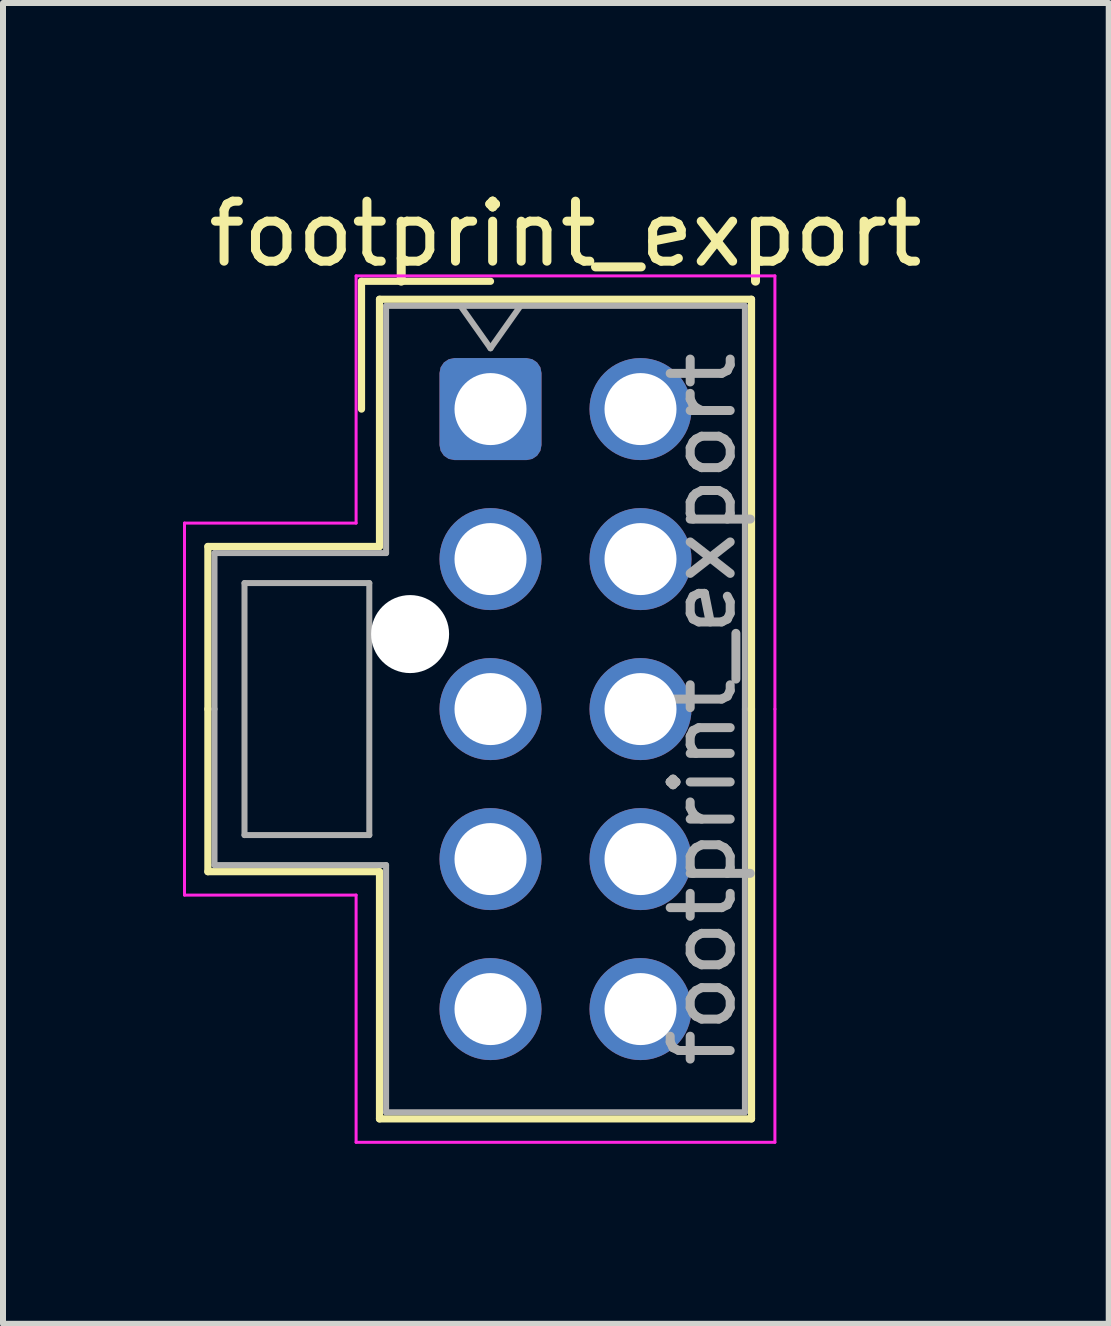
<source format=kicad_pcb>
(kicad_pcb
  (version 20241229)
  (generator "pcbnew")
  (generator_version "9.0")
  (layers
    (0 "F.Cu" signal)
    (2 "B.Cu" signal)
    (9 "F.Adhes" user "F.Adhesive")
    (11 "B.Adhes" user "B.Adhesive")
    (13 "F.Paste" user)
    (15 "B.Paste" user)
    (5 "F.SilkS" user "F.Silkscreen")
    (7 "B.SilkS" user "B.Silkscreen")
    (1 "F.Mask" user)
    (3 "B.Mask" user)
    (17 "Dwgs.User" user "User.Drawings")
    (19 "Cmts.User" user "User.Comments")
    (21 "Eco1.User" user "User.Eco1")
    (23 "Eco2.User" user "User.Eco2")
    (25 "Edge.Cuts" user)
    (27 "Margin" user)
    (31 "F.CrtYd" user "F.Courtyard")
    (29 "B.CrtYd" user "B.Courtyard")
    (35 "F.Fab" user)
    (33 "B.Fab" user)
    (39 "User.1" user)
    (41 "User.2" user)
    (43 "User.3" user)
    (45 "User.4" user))
  (footprint "footprint_export"
    (layer "F.Cu")
    (at 5.125 3.768)
    (property "Reference" "footprint_export" (at 1.25 -2.92 0) (layer "F.SilkS") (effects (font (size 1 1) (thickness 0.15))))
    (attr through_hole)
    (fp_line (start -4.71 2.29) (end -4.71 5) (stroke (width 0.12) (type solid)) (layer "F.SilkS"))
    (fp_line (start -4.71 7.71) (end -4.71 5) (stroke (width 0.12) (type solid)) (layer "F.SilkS"))
    (fp_line (start -2.15 -2.13) (end -2.15 0) (stroke (width 0.12) (type solid)) (layer "F.SilkS"))
    (fp_line (start -1.85 -1.83) (end -1.85 2.29) (stroke (width 0.12) (type solid)) (layer "F.SilkS"))
    (fp_line (start -1.85 2.29) (end -4.71 2.29) (stroke (width 0.12) (type solid)) (layer "F.SilkS"))
    (fp_line (start -1.85 7.71) (end -4.71 7.71) (stroke (width 0.12) (type solid)) (layer "F.SilkS"))
    (fp_line (start -1.85 11.83) (end -1.85 7.71) (stroke (width 0.12) (type solid)) (layer "F.SilkS"))
    (fp_line (start 0 -2.13) (end -2.15 -2.13) (stroke (width 0.12) (type solid)) (layer "F.SilkS"))
    (fp_line (start 4.35 -1.83) (end -1.85 -1.83) (stroke (width 0.12) (type solid)) (layer "F.SilkS"))
    (fp_line (start 4.35 5) (end 4.35 -1.83) (stroke (width 0.12) (type solid)) (layer "F.SilkS"))
    (fp_line (start 4.35 5) (end 4.35 11.83) (stroke (width 0.12) (type solid)) (layer "F.SilkS"))
    (fp_line (start 4.35 11.83) (end -1.85 11.83) (stroke (width 0.12) (type solid)) (layer "F.SilkS"))
    (fp_line (start -5.1 1.9) (end -5.1 5) (stroke (width 0.05) (type solid)) (layer "F.CrtYd"))
    (fp_line (start -5.1 8.1) (end -5.1 5) (stroke (width 0.05) (type solid)) (layer "F.CrtYd"))
    (fp_line (start -2.24 -2.22) (end -2.24 1.9) (stroke (width 0.05) (type solid)) (layer "F.CrtYd"))
    (fp_line (start -2.24 1.9) (end -5.1 1.9) (stroke (width 0.05) (type solid)) (layer "F.CrtYd"))
    (fp_line (start -2.24 8.1) (end -5.1 8.1) (stroke (width 0.05) (type solid)) (layer "F.CrtYd"))
    (fp_line (start -2.24 12.22) (end -2.24 8.1) (stroke (width 0.05) (type solid)) (layer "F.CrtYd"))
    (fp_line (start 4.74 -2.22) (end -2.24 -2.22) (stroke (width 0.05) (type solid)) (layer "F.CrtYd"))
    (fp_line (start 4.74 5) (end 4.74 -2.22) (stroke (width 0.05) (type solid)) (layer "F.CrtYd"))
    (fp_line (start 4.74 5) (end 4.74 12.22) (stroke (width 0.05) (type solid)) (layer "F.CrtYd"))
    (fp_line (start 4.74 12.22) (end -2.24 12.22) (stroke (width 0.05) (type solid)) (layer "F.CrtYd"))
    (fp_line (start -4.6 2.4) (end -4.6 5) (stroke (width 0.1) (type solid)) (layer "F.Fab"))
    (fp_line (start -4.6 7.6) (end -4.6 5) (stroke (width 0.1) (type solid)) (layer "F.Fab"))
    (fp_line (start -4.1 2.9) (end -4.1 7.1) (stroke (width 0.1) (type solid)) (layer "F.Fab"))
    (fp_line (start -4.1 7.1) (end -2.02 7.1) (stroke (width 0.1) (type solid)) (layer "F.Fab"))
    (fp_line (start -2.02 2.9) (end -4.1 2.9) (stroke (width 0.1) (type solid)) (layer "F.Fab"))
    (fp_line (start -2.02 7.1) (end -2.02 2.9) (stroke (width 0.1) (type solid)) (layer "F.Fab"))
    (fp_line (start -1.74 -1.72) (end -1.74 2.4) (stroke (width 0.1) (type solid)) (layer "F.Fab"))
    (fp_line (start -1.74 2.4) (end -4.6 2.4) (stroke (width 0.1) (type solid)) (layer "F.Fab"))
    (fp_line (start -1.74 7.6) (end -4.6 7.6) (stroke (width 0.1) (type solid)) (layer "F.Fab"))
    (fp_line (start -1.74 11.72) (end -1.74 7.6) (stroke (width 0.1) (type solid)) (layer "F.Fab"))
    (fp_line (start -0.5 -1.72) (end 0 -1.013) (stroke (width 0.1) (type solid)) (layer "F.Fab"))
    (fp_line (start 0 -1.013) (end 0.5 -1.72) (stroke (width 0.1) (type solid)) (layer "F.Fab"))
    (fp_line (start 4.24 -1.72) (end -1.74 -1.72) (stroke (width 0.1) (type solid)) (layer "F.Fab"))
    (fp_line (start 4.24 5) (end 4.24 -1.72) (stroke (width 0.1) (type solid)) (layer "F.Fab"))
    (fp_line (start 4.24 5) (end 4.24 11.72) (stroke (width 0.1) (type solid)) (layer "F.Fab"))
    (fp_line (start 4.24 11.72) (end -1.74 11.72) (stroke (width 0.1) (type solid)) (layer "F.Fab"))
    (fp_text user "${REFERENCE}" (at 3.54 5 90) (layer "F.Fab") (effects (font (size 1 1) (thickness 0.15))))
    (pad "" np_thru_hole circle (at -1.34 3.75) (size 1.3 1.3) (drill 1.3) (layers "*.Cu" "*.Mask"))
    (pad "1" thru_hole roundrect (at 0 0) (size 1.7 1.7) (drill 1.2) (layers "*.Cu" "*.Mask") (roundrect_rratio 0.147))
    (pad "2" thru_hole circle (at 0 2.5) (size 1.7 1.7) (drill 1.2) (layers "*.Cu" "*.Mask"))
    (pad "3" thru_hole circle (at 0 5) (size 1.7 1.7) (drill 1.2) (layers "*.Cu" "*.Mask"))
    (pad "4" thru_hole circle (at 0 7.5) (size 1.7 1.7) (drill 1.2) (layers "*.Cu" "*.Mask"))
    (pad "5" thru_hole circle (at 0 10) (size 1.7 1.7) (drill 1.2) (layers "*.Cu" "*.Mask"))
    (pad "6" thru_hole circle (at 2.5 0) (size 1.7 1.7) (drill 1.2) (layers "*.Cu" "*.Mask"))
    (pad "7" thru_hole circle (at 2.5 2.5) (size 1.7 1.7) (drill 1.2) (layers "*.Cu" "*.Mask"))
    (pad "8" thru_hole circle (at 2.5 5) (size 1.7 1.7) (drill 1.2) (layers "*.Cu" "*.Mask"))
    (pad "9" thru_hole circle (at 2.5 7.5) (size 1.7 1.7) (drill 1.2) (layers "*.Cu" "*.Mask"))
    (pad "10" thru_hole circle (at 2.5 10) (size 1.7 1.7) (drill 1.2) (layers "*.Cu" "*.Mask")))
  (gr_rect
    (start -3 -3)
    (end 15.429 19.013)
    (stroke (width 0.1) (type default))
    (fill no)
    (layer "Edge.Cuts")))
</source>
